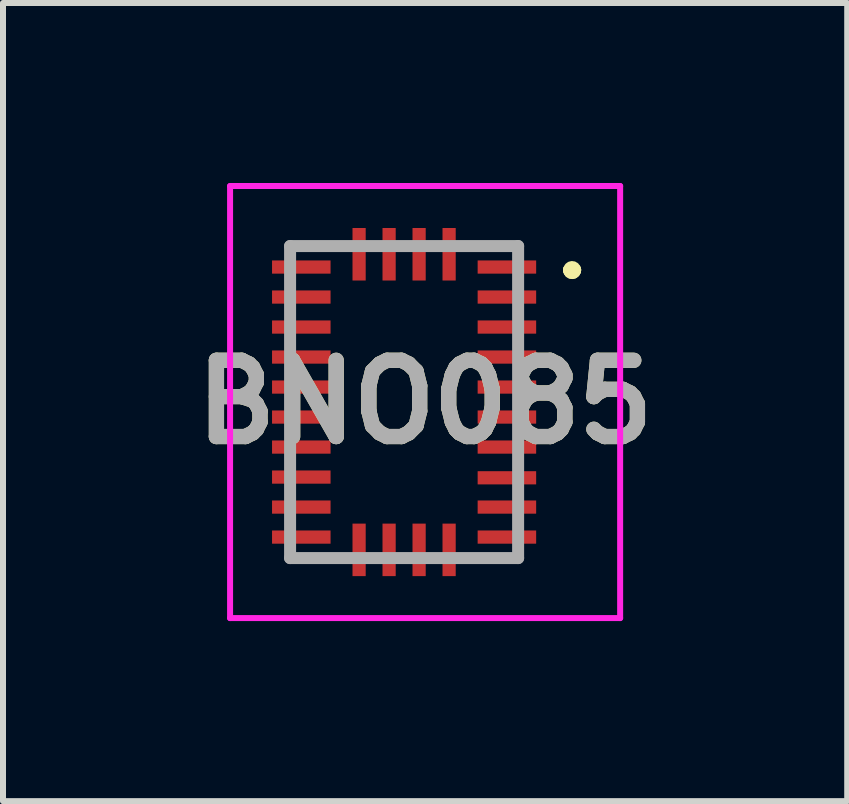
<source format=kicad_pcb>
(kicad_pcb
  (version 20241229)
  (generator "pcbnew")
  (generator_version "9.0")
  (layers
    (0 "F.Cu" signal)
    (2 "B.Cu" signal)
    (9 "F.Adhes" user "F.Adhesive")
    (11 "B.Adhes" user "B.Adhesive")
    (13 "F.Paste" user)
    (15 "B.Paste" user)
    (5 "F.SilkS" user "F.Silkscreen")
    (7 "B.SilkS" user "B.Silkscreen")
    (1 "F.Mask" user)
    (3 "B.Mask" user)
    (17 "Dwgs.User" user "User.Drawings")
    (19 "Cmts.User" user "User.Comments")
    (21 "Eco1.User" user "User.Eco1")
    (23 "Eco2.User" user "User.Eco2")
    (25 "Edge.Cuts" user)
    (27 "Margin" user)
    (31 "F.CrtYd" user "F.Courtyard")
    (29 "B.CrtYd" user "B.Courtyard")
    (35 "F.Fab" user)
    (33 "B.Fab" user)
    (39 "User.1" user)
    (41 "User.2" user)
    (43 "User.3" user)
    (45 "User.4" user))
  (footprint "BNO085"
    (layer "F.Cu")
    (at 3.684 3.65)
    (property "Reference" "BNO085" (at 0.35 0 0) (layer "F.SilkS") (effects (font (size 1.27 1.27) (thickness 0.254))))
    (attr smd)
    (fp_line (start 2.75 -2.2) (end 2.75 -2.2) (stroke (width 0.2) (type solid)) (layer "F.SilkS"))
    (fp_line (start 2.75 -2.2) (end 2.75 -2.2) (stroke (width 0.2) (type solid)) (layer "F.SilkS"))
    (fp_line (start 2.85 -2.2) (end 2.85 -2.2) (stroke (width 0.2) (type solid)) (layer "F.SilkS"))
    (fp_arc (start 2.75 -2.2) (mid 2.8 -2.25) (end 2.85 -2.2) (stroke (width 0.2) (type solid)) (layer "F.SilkS"))
    (fp_arc (start 2.85 -2.2) (mid 2.8 -2.15) (end 2.75 -2.2) (stroke (width 0.2) (type solid)) (layer "F.SilkS"))
    (fp_arc (start 2.85 -2.2) (mid 2.8 -2.15) (end 2.75 -2.2) (stroke (width 0.2) (type solid)) (layer "F.SilkS"))
    (fp_line (start -2.9 -3.6) (end 3.6 -3.6) (stroke (width 0.1) (type solid)) (layer "F.CrtYd"))
    (fp_line (start -2.9 3.6) (end -2.9 -3.6) (stroke (width 0.1) (type solid)) (layer "F.CrtYd"))
    (fp_line (start 3.6 -3.6) (end 3.6 3.6) (stroke (width 0.1) (type solid)) (layer "F.CrtYd"))
    (fp_line (start 3.6 3.6) (end -2.9 3.6) (stroke (width 0.1) (type solid)) (layer "F.CrtYd"))
    (fp_line (start -1.9 -2.6) (end -1.9 2.6) (stroke (width 0.2) (type solid)) (layer "F.Fab"))
    (fp_line (start -1.9 2.6) (end 1.9 2.6) (stroke (width 0.2) (type solid)) (layer "F.Fab"))
    (fp_line (start 1.9 -2.6) (end -1.9 -2.6) (stroke (width 0.2) (type solid)) (layer "F.Fab"))
    (fp_line (start 1.9 2.6) (end 1.9 -2.6) (stroke (width 0.2) (type solid)) (layer "F.Fab"))
    (fp_text user "${REFERENCE}" (at 0.35 0 0) (layer "F.Fab") (effects (font (size 1.27 1.27) (thickness 0.254))))
    (pad "1" smd rect (at 1.713 -2.25 90) (size 0.22 0.975) (layers "F.Cu" "F.Mask" "F.Paste"))
    (pad "2" smd rect (at 0.75 -2.463) (size 0.22 0.875) (layers "F.Cu" "F.Mask" "F.Paste"))
    (pad "3" smd rect (at 0.25 -2.463) (size 0.22 0.875) (layers "F.Cu" "F.Mask" "F.Paste"))
    (pad "4" smd rect (at -0.25 -2.463) (size 0.22 0.875) (layers "F.Cu" "F.Mask" "F.Paste"))
    (pad "5" smd rect (at -0.75 -2.463) (size 0.22 0.875) (layers "F.Cu" "F.Mask" "F.Paste"))
    (pad "6" smd rect (at -1.713 -2.25 90) (size 0.22 0.975) (layers "F.Cu" "F.Mask" "F.Paste"))
    (pad "7" smd rect (at -1.713 -1.75 90) (size 0.22 0.975) (layers "F.Cu" "F.Mask" "F.Paste"))
    (pad "8" smd rect (at -1.713 -1.25 90) (size 0.22 0.975) (layers "F.Cu" "F.Mask" "F.Paste"))
    (pad "9" smd rect (at -1.713 -0.75 90) (size 0.22 0.975) (layers "F.Cu" "F.Mask" "F.Paste"))
    (pad "10" smd rect (at -1.713 -0.25 90) (size 0.22 0.975) (layers "F.Cu" "F.Mask" "F.Paste"))
    (pad "11" smd rect (at -1.713 0.25 90) (size 0.22 0.975) (layers "F.Cu" "F.Mask" "F.Paste"))
    (pad "12" smd rect (at -1.713 0.75 90) (size 0.22 0.975) (layers "F.Cu" "F.Mask" "F.Paste"))
    (pad "13" smd rect (at -1.713 1.25 90) (size 0.22 0.975) (layers "F.Cu" "F.Mask" "F.Paste"))
    (pad "14" smd rect (at -1.713 1.75 90) (size 0.22 0.975) (layers "F.Cu" "F.Mask" "F.Paste"))
    (pad "15" smd rect (at -1.713 2.25 90) (size 0.22 0.975) (layers "F.Cu" "F.Mask" "F.Paste"))
    (pad "16" smd rect (at -0.75 2.463) (size 0.22 0.875) (layers "F.Cu" "F.Mask" "F.Paste"))
    (pad "17" smd rect (at -0.25 2.463) (size 0.22 0.875) (layers "F.Cu" "F.Mask" "F.Paste"))
    (pad "18" smd rect (at 0.25 2.463) (size 0.22 0.875) (layers "F.Cu" "F.Mask" "F.Paste"))
    (pad "19" smd rect (at 0.75 2.463) (size 0.22 0.875) (layers "F.Cu" "F.Mask" "F.Paste"))
    (pad "20" smd rect (at 1.713 2.25 90) (size 0.22 0.975) (layers "F.Cu" "F.Mask" "F.Paste"))
    (pad "21" smd rect (at 1.713 1.75 90) (size 0.22 0.975) (layers "F.Cu" "F.Mask" "F.Paste"))
    (pad "22" smd rect (at 1.713 1.262 90) (size 0.22 0.975) (layers "F.Cu" "F.Mask" "F.Paste"))
    (pad "23" smd rect (at 1.713 0.75 90) (size 0.22 0.975) (layers "F.Cu" "F.Mask" "F.Paste"))
    (pad "24" smd rect (at 1.713 0.25 90) (size 0.22 0.975) (layers "F.Cu" "F.Mask" "F.Paste"))
    (pad "25" smd rect (at 1.713 -0.25 90) (size 0.22 0.975) (layers "F.Cu" "F.Mask" "F.Paste"))
    (pad "26" smd rect (at 1.713 -0.75 90) (size 0.22 0.975) (layers "F.Cu" "F.Mask" "F.Paste"))
    (pad "27" smd rect (at 1.713 -1.25 90) (size 0.22 0.975) (layers "F.Cu" "F.Mask" "F.Paste"))
    (pad "28" smd rect (at 1.713 -1.75 90) (size 0.22 0.975) (layers "F.Cu" "F.Mask" "F.Paste")))
  (gr_rect
    (start -3 -3)
    (end 11.068 10.3)
    (stroke (width 0.1) (type default))
    (fill no)
    (layer "Edge.Cuts")))
</source>
